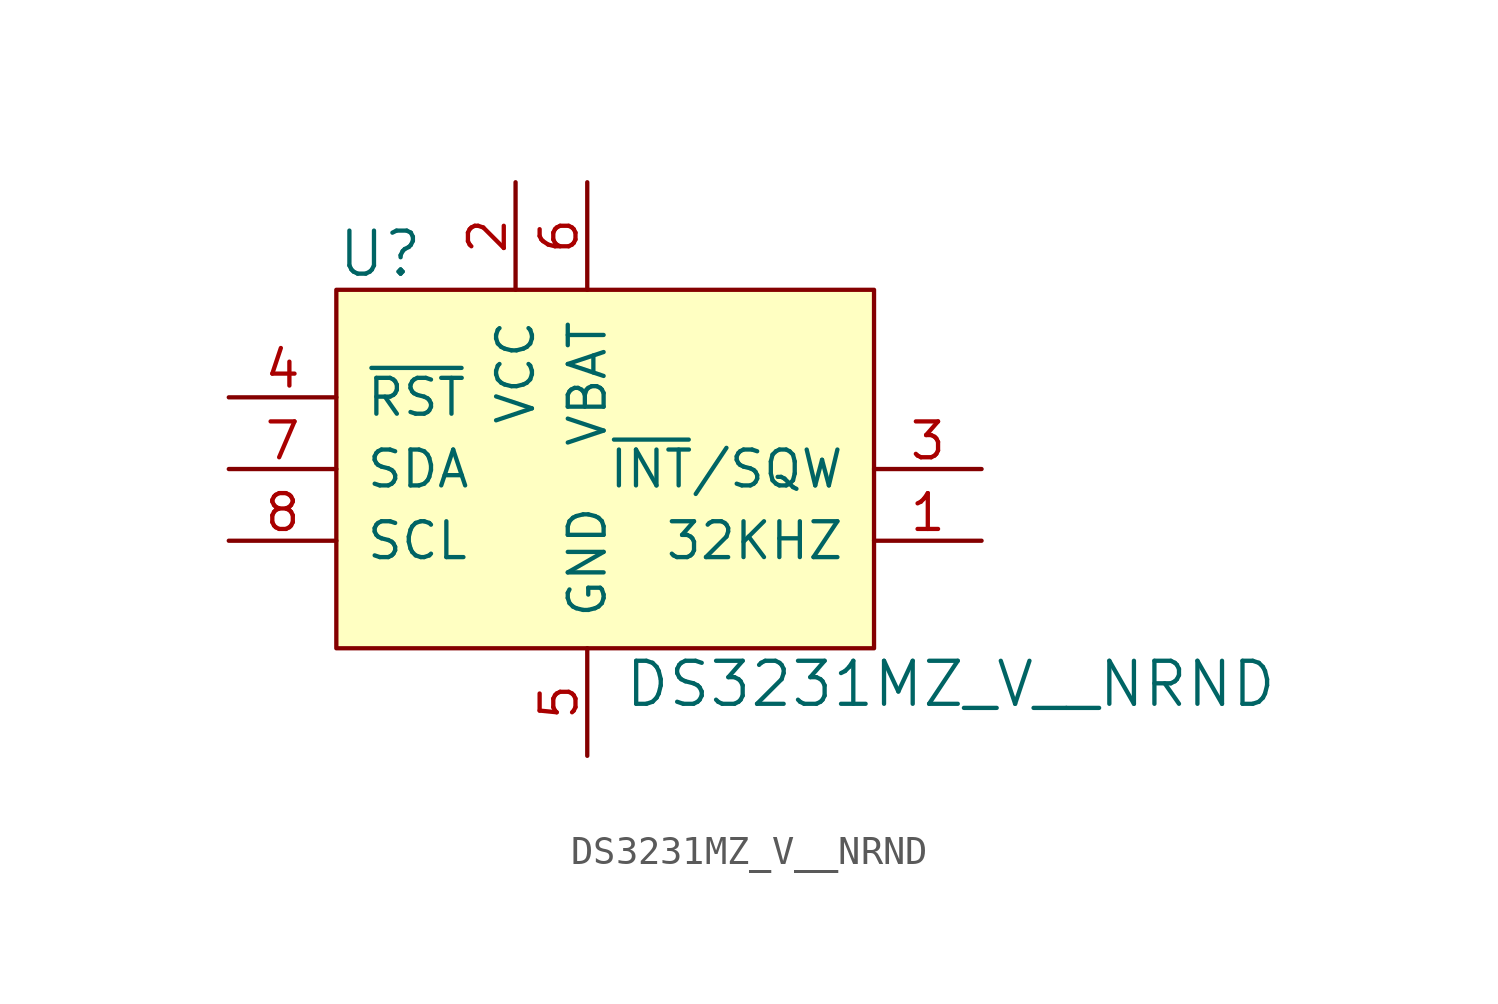
<source format=kicad_sym>
(kicad_symbol_lib
  (version 20201005)
  (generator kicad_symbol_editor)
  (symbol "DS3231MZ_V__NRND"
    (pin_names
      (offset 1.016))
    (property "Reference" "U"
      (at -8.89 7.62 0)
      (effects (font (size 1.524 1.524)) (justify left)))
    (property "Value" "DS3231MZ_V__NRND"
      (at 1.27 -7.62 0)
      (effects (font (size 1.524 1.524)) (justify left)))
    (symbol "DS3231MZ_V__NRND_0_1"
      (rectangle (start -8.89 6.35) (end 10.16 -6.35) (stroke (width 0)) (fill (type background))))
    (symbol "DS3231MZ_V__NRND_1_1"
      (pin output line (at 13.97 -2.54 180) (length 3.81) (name "32KHZ" (effects (font (size 1.27 1.27)))) (number "1" (effects (font (size 1.27 1.27)))))
      (pin power_in line (at -2.54 10.16 270) (length 3.81) (name "VCC" (effects (font (size 1.27 1.27)))) (number "2" (effects (font (size 1.27 1.27)))))
      (pin output line (at 13.97 0 180) (length 3.81) (name "~INT~/SQW" (effects (font (size 1.27 1.27)))) (number "3" (effects (font (size 1.27 1.27)))))
      (pin input line (at -12.7 2.54 0) (length 3.81) (name "~RST" (effects (font (size 1.27 1.27)))) (number "4" (effects (font (size 1.27 1.27)))))
      (pin power_in line (at 0 -10.16 90) (length 3.81) (name "GND" (effects (font (size 1.27 1.27)))) (number "5" (effects (font (size 1.27 1.27)))))
      (pin power_in line (at 0 10.16 270) (length 3.81) (name "VBAT" (effects (font (size 1.27 1.27)))) (number "6" (effects (font (size 1.27 1.27)))))
      (pin bidirectional line (at -12.7 0 0) (length 3.81) (name "SDA" (effects (font (size 1.27 1.27)))) (number "7" (effects (font (size 1.27 1.27)))))
      (pin input line (at -12.7 -2.54 0) (length 3.81) (name "SCL" (effects (font (size 1.27 1.27)))) (number "8" (effects (font (size 1.27 1.27))))))))
</source>
